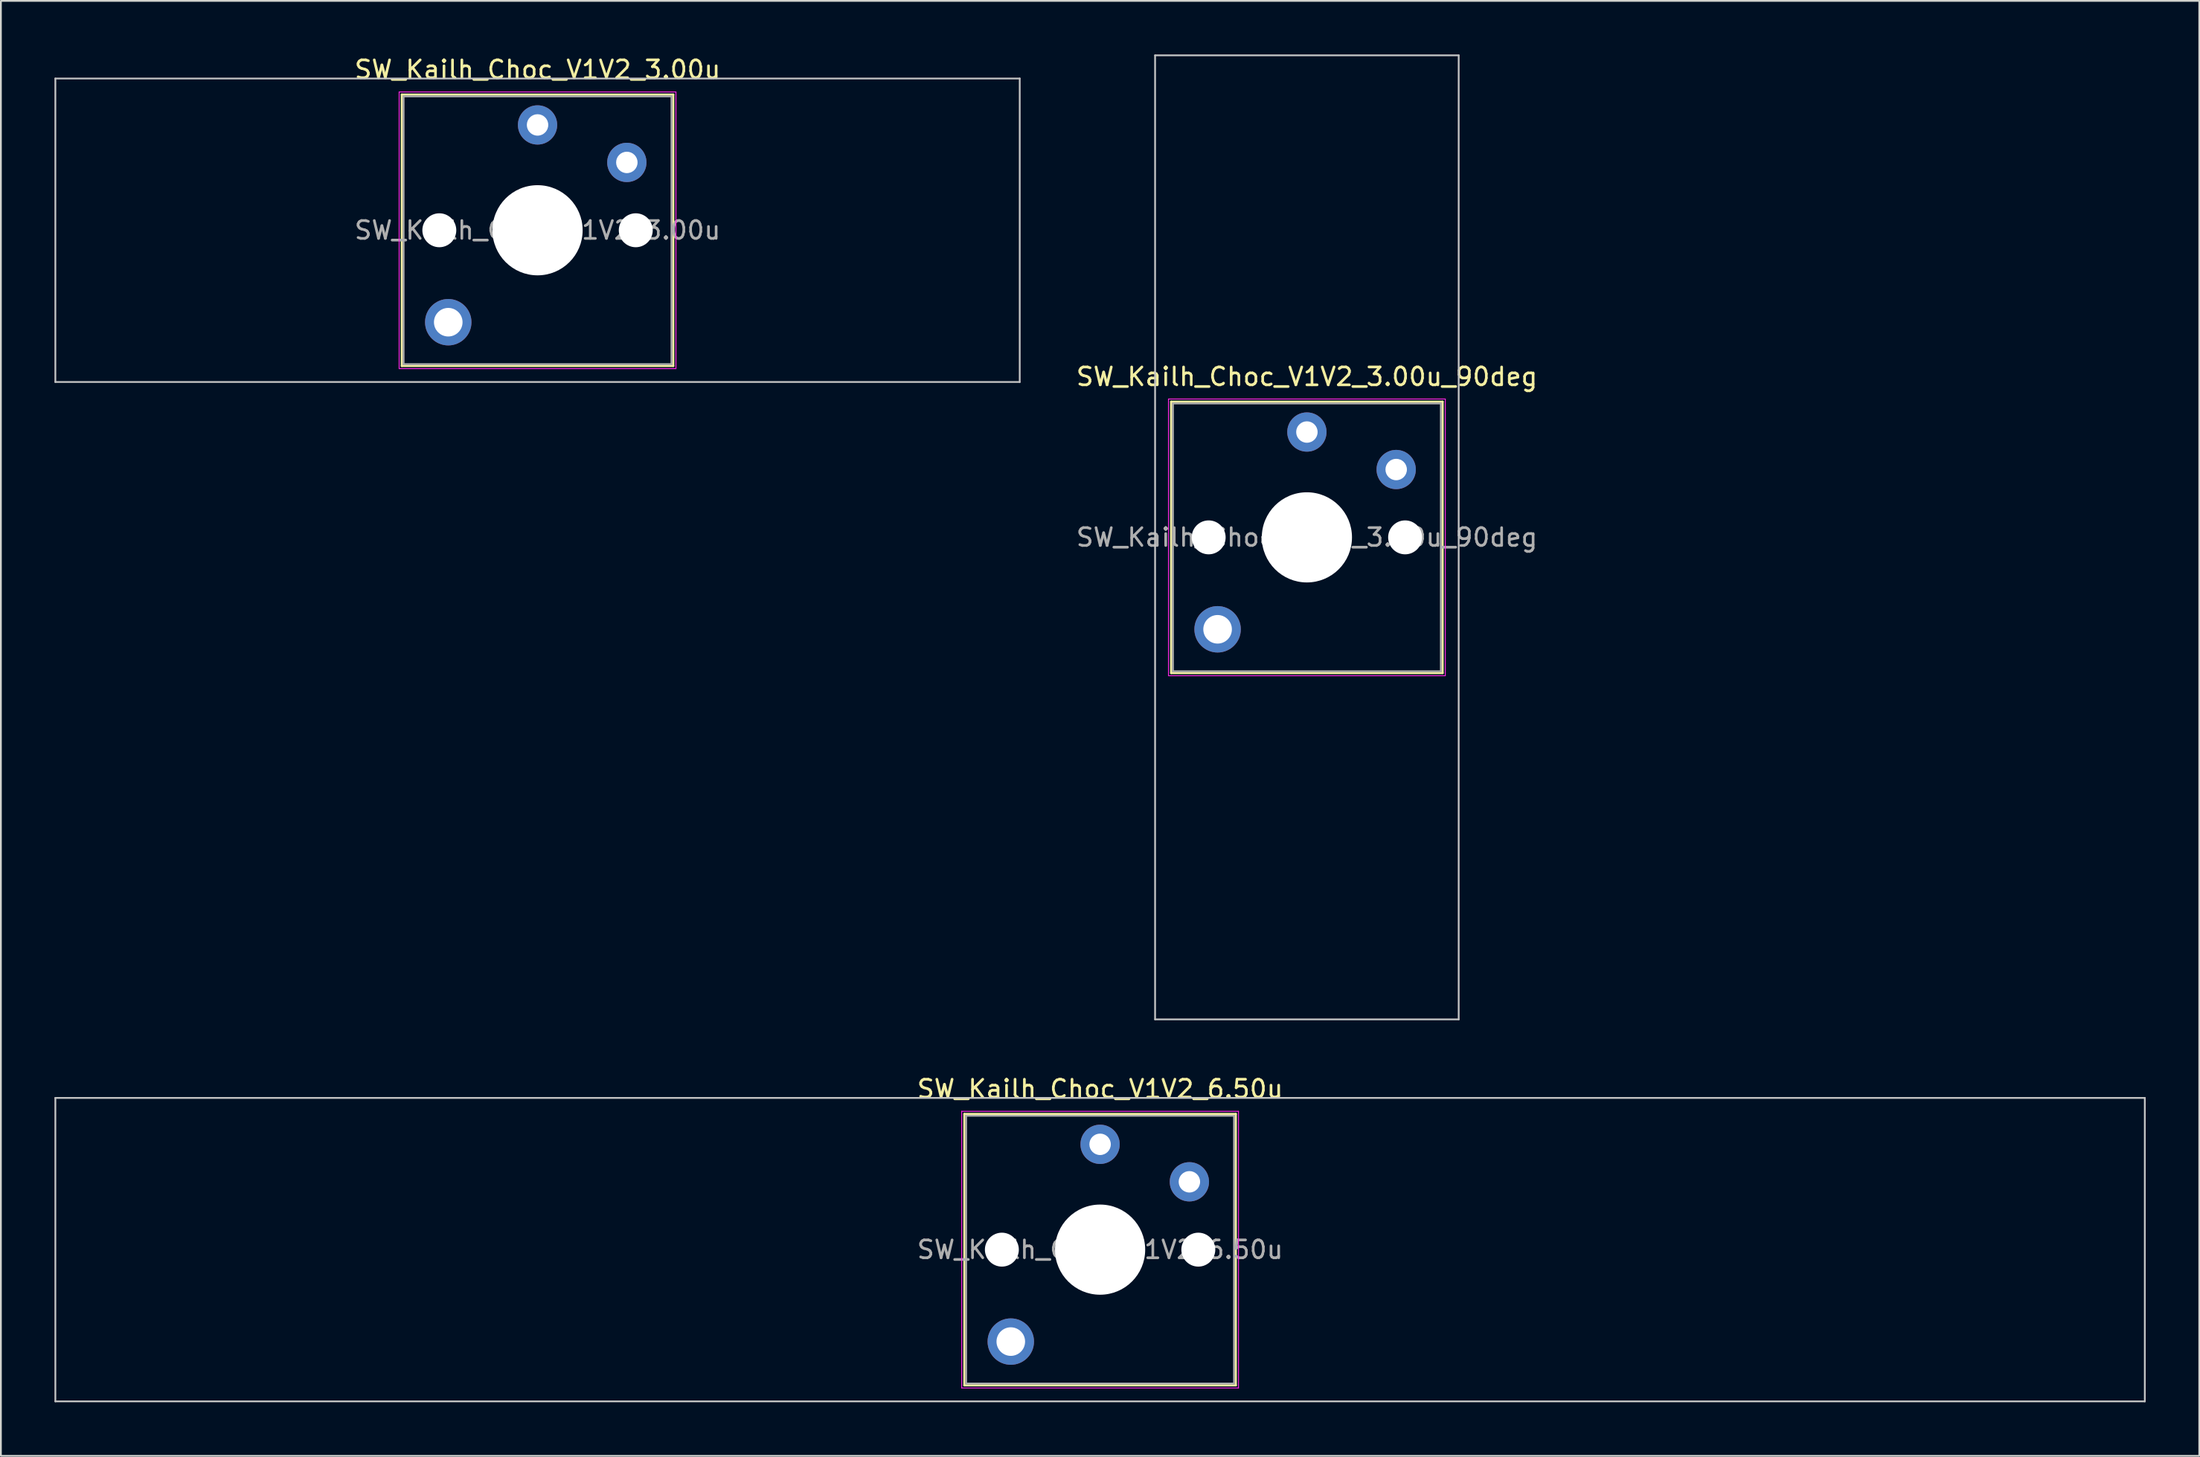
<source format=kicad_pcb>
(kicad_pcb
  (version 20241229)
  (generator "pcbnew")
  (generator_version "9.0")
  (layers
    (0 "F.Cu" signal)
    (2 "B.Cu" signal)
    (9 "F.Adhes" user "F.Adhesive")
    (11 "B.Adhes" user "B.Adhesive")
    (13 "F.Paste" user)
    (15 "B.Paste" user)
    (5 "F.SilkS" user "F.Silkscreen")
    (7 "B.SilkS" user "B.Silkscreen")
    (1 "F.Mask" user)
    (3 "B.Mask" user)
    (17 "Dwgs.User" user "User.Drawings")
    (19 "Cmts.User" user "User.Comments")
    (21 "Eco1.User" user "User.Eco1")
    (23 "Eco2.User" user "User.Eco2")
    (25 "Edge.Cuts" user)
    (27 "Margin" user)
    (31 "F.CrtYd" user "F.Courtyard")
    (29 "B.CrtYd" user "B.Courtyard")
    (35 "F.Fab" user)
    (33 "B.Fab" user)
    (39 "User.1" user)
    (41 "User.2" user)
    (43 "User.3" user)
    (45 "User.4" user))
  (footprint "SW_Kailh_Choc_V1V2_3.00u_90deg"
    (layer "F.Cu")
    (at 70.13 27.05)
    (property "Reference" "SW_Kailh_Choc_V1V2_3.00u_90deg" (at 0 -9 0) (layer "F.SilkS") (effects (font (size 1 1) (thickness 0.15))))
    (attr through_hole)
    (fp_line (start -7.6 -7.6) (end -7.6 7.6) (stroke (width 0.12) (type solid)) (layer "F.SilkS"))
    (fp_line (start -7.6 7.6) (end 7.6 7.6) (stroke (width 0.12) (type solid)) (layer "F.SilkS"))
    (fp_line (start 7.6 -7.6) (end -7.6 -7.6) (stroke (width 0.12) (type solid)) (layer "F.SilkS"))
    (fp_line (start 7.6 7.6) (end 7.6 -7.6) (stroke (width 0.12) (type solid)) (layer "F.SilkS"))
    (fp_line (start -8.5 -27) (end 8.5 -27) (stroke (width 0.1) (type solid)) (layer "Dwgs.User"))
    (fp_line (start -8.5 27) (end -8.5 -27) (stroke (width 0.1) (type solid)) (layer "Dwgs.User"))
    (fp_line (start 8.5 -27) (end 8.5 27) (stroke (width 0.1) (type solid)) (layer "Dwgs.User"))
    (fp_line (start 8.5 27) (end -8.5 27) (stroke (width 0.1) (type solid)) (layer "Dwgs.User"))
    (fp_line (start -7.25 -7.25) (end -7.25 7.25) (stroke (width 0.1) (type solid)) (layer "Eco1.User"))
    (fp_line (start -7.25 7.25) (end 7.25 7.25) (stroke (width 0.1) (type solid)) (layer "Eco1.User"))
    (fp_line (start 7.25 -7.25) (end -7.25 -7.25) (stroke (width 0.1) (type solid)) (layer "Eco1.User"))
    (fp_line (start 7.25 7.25) (end 7.25 -7.25) (stroke (width 0.1) (type solid)) (layer "Eco1.User"))
    (fp_line (start -7.75 -7.75) (end -7.75 7.75) (stroke (width 0.05) (type solid)) (layer "F.CrtYd"))
    (fp_line (start -7.75 7.75) (end 7.75 7.75) (stroke (width 0.05) (type solid)) (layer "F.CrtYd"))
    (fp_line (start 7.75 -7.75) (end -7.75 -7.75) (stroke (width 0.05) (type solid)) (layer "F.CrtYd"))
    (fp_line (start 7.75 7.75) (end 7.75 -7.75) (stroke (width 0.05) (type solid)) (layer "F.CrtYd"))
    (fp_line (start -7.5 -7.5) (end -7.5 7.5) (stroke (width 0.1) (type solid)) (layer "F.Fab"))
    (fp_line (start -7.5 7.5) (end 7.5 7.5) (stroke (width 0.1) (type solid)) (layer "F.Fab"))
    (fp_line (start 7.5 -7.5) (end -7.5 -7.5) (stroke (width 0.1) (type solid)) (layer "F.Fab"))
    (fp_line (start 7.5 7.5) (end 7.5 -7.5) (stroke (width 0.1) (type solid)) (layer "F.Fab"))
    (fp_text user "${REFERENCE}" (at 0 0 0) (layer "F.Fab") (effects (font (size 1 1) (thickness 0.15))))
    (pad "" np_thru_hole circle (at -5.5 0) (size 1.9 1.9) (drill 1.9) (layers "*.Cu" "*.Mask"))
    (pad "" thru_hole circle (at -5 5.15) (size 2.6 2.6) (drill 1.6) (layers "*.Cu" "*.Mask"))
    (pad "" np_thru_hole circle (at 0 0) (size 5.05 5.05) (drill 5.05) (layers "*.Cu" "*.Mask"))
    (pad "" np_thru_hole circle (at 5.5 0) (size 1.9 1.9) (drill 1.9) (layers "*.Cu" "*.Mask"))
    (pad "1" thru_hole circle (at 0 -5.9) (size 2.2 2.2) (drill 1.2) (layers "*.Cu" "*.Mask"))
    (pad "2" thru_hole circle (at 5 -3.8) (size 2.2 2.2) (drill 1.2) (layers "*.Cu" "*.Mask")))
  (footprint "SW_Kailh_Choc_V1V2_3.00u"
    (layer "F.Cu")
    (at 27.05 9.848)
    (property "Reference" "SW_Kailh_Choc_V1V2_3.00u" (at 0 -9 0) (layer "F.SilkS") (effects (font (size 1 1) (thickness 0.15))))
    (attr through_hole)
    (fp_line (start -7.6 -7.6) (end -7.6 7.6) (stroke (width 0.12) (type solid)) (layer "F.SilkS"))
    (fp_line (start -7.6 7.6) (end 7.6 7.6) (stroke (width 0.12) (type solid)) (layer "F.SilkS"))
    (fp_line (start 7.6 -7.6) (end -7.6 -7.6) (stroke (width 0.12) (type solid)) (layer "F.SilkS"))
    (fp_line (start 7.6 7.6) (end 7.6 -7.6) (stroke (width 0.12) (type solid)) (layer "F.SilkS"))
    (fp_line (start -27 -8.5) (end -27 8.5) (stroke (width 0.1) (type solid)) (layer "Dwgs.User"))
    (fp_line (start -27 8.5) (end 27 8.5) (stroke (width 0.1) (type solid)) (layer "Dwgs.User"))
    (fp_line (start 27 -8.5) (end -27 -8.5) (stroke (width 0.1) (type solid)) (layer "Dwgs.User"))
    (fp_line (start 27 8.5) (end 27 -8.5) (stroke (width 0.1) (type solid)) (layer "Dwgs.User"))
    (fp_line (start -7.25 -7.25) (end -7.25 7.25) (stroke (width 0.1) (type solid)) (layer "Eco1.User"))
    (fp_line (start -7.25 7.25) (end 7.25 7.25) (stroke (width 0.1) (type solid)) (layer "Eco1.User"))
    (fp_line (start 7.25 -7.25) (end -7.25 -7.25) (stroke (width 0.1) (type solid)) (layer "Eco1.User"))
    (fp_line (start 7.25 7.25) (end 7.25 -7.25) (stroke (width 0.1) (type solid)) (layer "Eco1.User"))
    (fp_line (start -7.75 -7.75) (end -7.75 7.75) (stroke (width 0.05) (type solid)) (layer "F.CrtYd"))
    (fp_line (start -7.75 7.75) (end 7.75 7.75) (stroke (width 0.05) (type solid)) (layer "F.CrtYd"))
    (fp_line (start 7.75 -7.75) (end -7.75 -7.75) (stroke (width 0.05) (type solid)) (layer "F.CrtYd"))
    (fp_line (start 7.75 7.75) (end 7.75 -7.75) (stroke (width 0.05) (type solid)) (layer "F.CrtYd"))
    (fp_line (start -7.5 -7.5) (end -7.5 7.5) (stroke (width 0.1) (type solid)) (layer "F.Fab"))
    (fp_line (start -7.5 7.5) (end 7.5 7.5) (stroke (width 0.1) (type solid)) (layer "F.Fab"))
    (fp_line (start 7.5 -7.5) (end -7.5 -7.5) (stroke (width 0.1) (type solid)) (layer "F.Fab"))
    (fp_line (start 7.5 7.5) (end 7.5 -7.5) (stroke (width 0.1) (type solid)) (layer "F.Fab"))
    (fp_text user "${REFERENCE}" (at 0 0 0) (layer "F.Fab") (effects (font (size 1 1) (thickness 0.15))))
    (pad "" np_thru_hole circle (at -5.5 0) (size 1.9 1.9) (drill 1.9) (layers "*.Cu" "*.Mask"))
    (pad "" thru_hole circle (at -5 5.15) (size 2.6 2.6) (drill 1.6) (layers "*.Cu" "*.Mask"))
    (pad "" np_thru_hole circle (at 0 0) (size 5.05 5.05) (drill 5.05) (layers "*.Cu" "*.Mask"))
    (pad "" np_thru_hole circle (at 5.5 0) (size 1.9 1.9) (drill 1.9) (layers "*.Cu" "*.Mask"))
    (pad "1" thru_hole circle (at 0 -5.9) (size 2.2 2.2) (drill 1.2) (layers "*.Cu" "*.Mask"))
    (pad "2" thru_hole circle (at 5 -3.8) (size 2.2 2.2) (drill 1.2) (layers "*.Cu" "*.Mask")))
  (footprint "SW_Kailh_Choc_V1V2_6.50u"
    (layer "F.Cu")
    (at 58.55 66.948)
    (property "Reference" "SW_Kailh_Choc_V1V2_6.50u" (at 0 -9 0) (layer "F.SilkS") (effects (font (size 1 1) (thickness 0.15))))
    (attr through_hole)
    (fp_line (start -7.6 -7.6) (end -7.6 7.6) (stroke (width 0.12) (type solid)) (layer "F.SilkS"))
    (fp_line (start -7.6 7.6) (end 7.6 7.6) (stroke (width 0.12) (type solid)) (layer "F.SilkS"))
    (fp_line (start 7.6 -7.6) (end -7.6 -7.6) (stroke (width 0.12) (type solid)) (layer "F.SilkS"))
    (fp_line (start 7.6 7.6) (end 7.6 -7.6) (stroke (width 0.12) (type solid)) (layer "F.SilkS"))
    (fp_line (start -58.5 -8.5) (end -58.5 8.5) (stroke (width 0.1) (type solid)) (layer "Dwgs.User"))
    (fp_line (start -58.5 8.5) (end 58.5 8.5) (stroke (width 0.1) (type solid)) (layer "Dwgs.User"))
    (fp_line (start 58.5 -8.5) (end -58.5 -8.5) (stroke (width 0.1) (type solid)) (layer "Dwgs.User"))
    (fp_line (start 58.5 8.5) (end 58.5 -8.5) (stroke (width 0.1) (type solid)) (layer "Dwgs.User"))
    (fp_line (start -7.25 -7.25) (end -7.25 7.25) (stroke (width 0.1) (type solid)) (layer "Eco1.User"))
    (fp_line (start -7.25 7.25) (end 7.25 7.25) (stroke (width 0.1) (type solid)) (layer "Eco1.User"))
    (fp_line (start 7.25 -7.25) (end -7.25 -7.25) (stroke (width 0.1) (type solid)) (layer "Eco1.User"))
    (fp_line (start 7.25 7.25) (end 7.25 -7.25) (stroke (width 0.1) (type solid)) (layer "Eco1.User"))
    (fp_line (start -7.75 -7.75) (end -7.75 7.75) (stroke (width 0.05) (type solid)) (layer "F.CrtYd"))
    (fp_line (start -7.75 7.75) (end 7.75 7.75) (stroke (width 0.05) (type solid)) (layer "F.CrtYd"))
    (fp_line (start 7.75 -7.75) (end -7.75 -7.75) (stroke (width 0.05) (type solid)) (layer "F.CrtYd"))
    (fp_line (start 7.75 7.75) (end 7.75 -7.75) (stroke (width 0.05) (type solid)) (layer "F.CrtYd"))
    (fp_line (start -7.5 -7.5) (end -7.5 7.5) (stroke (width 0.1) (type solid)) (layer "F.Fab"))
    (fp_line (start -7.5 7.5) (end 7.5 7.5) (stroke (width 0.1) (type solid)) (layer "F.Fab"))
    (fp_line (start 7.5 -7.5) (end -7.5 -7.5) (stroke (width 0.1) (type solid)) (layer "F.Fab"))
    (fp_line (start 7.5 7.5) (end 7.5 -7.5) (stroke (width 0.1) (type solid)) (layer "F.Fab"))
    (fp_text user "${REFERENCE}" (at 0 0 0) (layer "F.Fab") (effects (font (size 1 1) (thickness 0.15))))
    (pad "" np_thru_hole circle (at -5.5 0) (size 1.9 1.9) (drill 1.9) (layers "*.Cu" "*.Mask"))
    (pad "" thru_hole circle (at -5 5.15) (size 2.6 2.6) (drill 1.6) (layers "*.Cu" "*.Mask"))
    (pad "" np_thru_hole circle (at 0 0) (size 5.05 5.05) (drill 5.05) (layers "*.Cu" "*.Mask"))
    (pad "" np_thru_hole circle (at 5.5 0) (size 1.9 1.9) (drill 1.9) (layers "*.Cu" "*.Mask"))
    (pad "1" thru_hole circle (at 0 -5.9) (size 2.2 2.2) (drill 1.2) (layers "*.Cu" "*.Mask"))
    (pad "2" thru_hole circle (at 5 -3.8) (size 2.2 2.2) (drill 1.2) (layers "*.Cu" "*.Mask")))
  (gr_rect
    (start -3 -3)
    (end 120.1 78.498)
    (stroke (width 0.1) (type default))
    (fill no)
    (layer "Edge.Cuts")))
</source>
